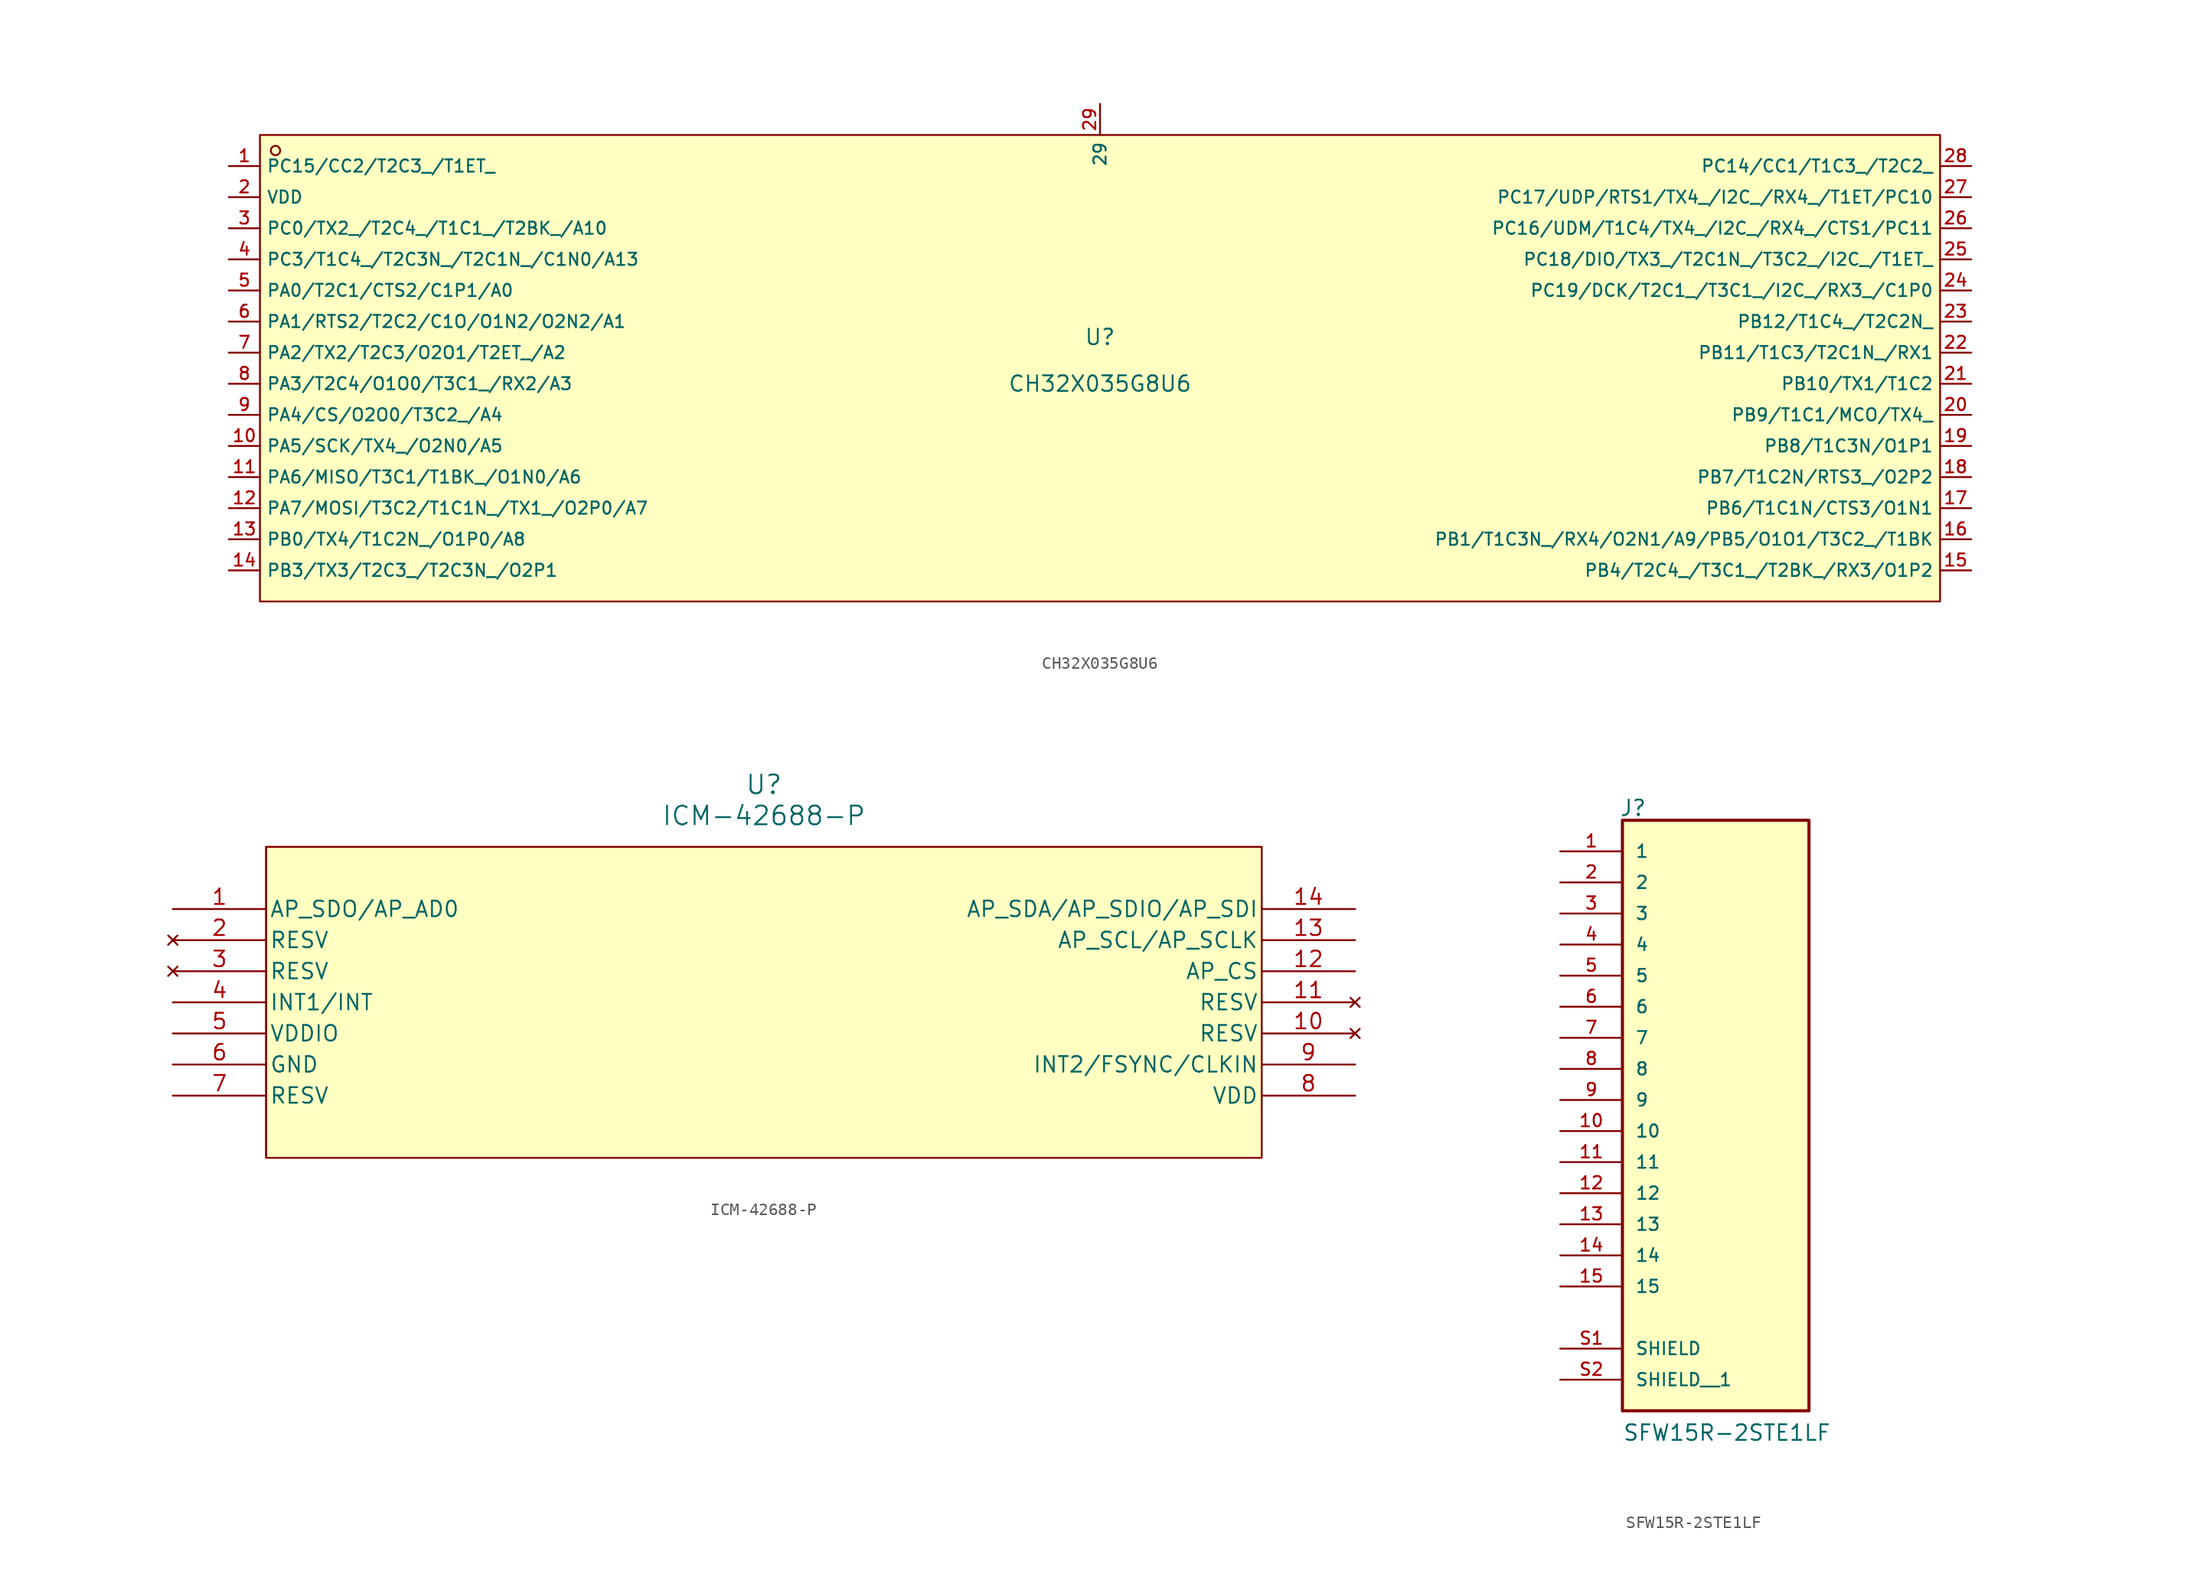
<source format=kicad_sym>
(kicad_symbol_lib
  (version 20231120)
  (generator "kicad_symbol_editor")
  (generator_version "8.0")
  (symbol "CH32X035G8U6"
    (property "Reference" "U"
      (at 0 1.27 0)
      (effects (font (size 1.27 1.27))))
    (property "Value" "CH32X035G8U6"
      (at 0 -2.54 0)
      (effects (font (size 1.27 1.27))))
    (symbol "CH32X035G8U6_0_1"
      (rectangle (start -68.58 17.78) (end 68.58 -20.32) (stroke (width 0) (type default)) (fill (type background)))
      (circle (center -67.31 16.51) (radius 0.381) (stroke (width 0) (type default)) (fill (type background)))
      (pin unspecified line (at -71.12 15.24 0) (length 2.54) (name "PC15/CC2/T2C3_/T1ET_" (effects (font (size 1 1)))) (number "1" (effects (font (size 1 1)))))
      (pin unspecified line (at -71.12 -7.62 0) (length 2.54) (name "PA5/SCK/TX4_/O2N0/A5" (effects (font (size 1 1)))) (number "10" (effects (font (size 1 1)))))
      (pin unspecified line (at -71.12 -10.16 0) (length 2.54) (name "PA6/MISO/T3C1/T1BK_/O1N0/A6" (effects (font (size 1 1)))) (number "11" (effects (font (size 1 1)))))
      (pin unspecified line (at -71.12 -12.7 0) (length 2.54) (name "PA7/MOSI/T3C2/T1C1N_/TX1_/O2P0/A7" (effects (font (size 1 1)))) (number "12" (effects (font (size 1 1)))))
      (pin unspecified line (at -71.12 -15.24 0) (length 2.54) (name "PB0/TX4/T1C2N_/O1P0/A8" (effects (font (size 1 1)))) (number "13" (effects (font (size 1 1)))))
      (pin unspecified line (at -71.12 -17.78 0) (length 2.54) (name "PB3/TX3/T2C3_/T2C3N_/O2P1" (effects (font (size 1 1)))) (number "14" (effects (font (size 1 1)))))
      (pin unspecified line (at 71.12 -17.78 180) (length 2.54) (name "PB4/T2C4_/T3C1_/T2BK_/RX3/O1P2" (effects (font (size 1 1)))) (number "15" (effects (font (size 1 1)))))
      (pin unspecified line (at 71.12 -15.24 180) (length 2.54) (name "PB1/T1C3N_/RX4/O2N1/A9/PB5/O1O1/T3C2_/T1BK" (effects (font (size 1 1)))) (number "16" (effects (font (size 1 1)))))
      (pin unspecified line (at 71.12 -12.7 180) (length 2.54) (name "PB6/T1C1N/CTS3/O1N1" (effects (font (size 1 1)))) (number "17" (effects (font (size 1 1)))))
      (pin unspecified line (at 71.12 -10.16 180) (length 2.54) (name "PB7/T1C2N/RTS3_/O2P2" (effects (font (size 1 1)))) (number "18" (effects (font (size 1 1)))))
      (pin unspecified line (at 71.12 -7.62 180) (length 2.54) (name "PB8/T1C3N/O1P1" (effects (font (size 1 1)))) (number "19" (effects (font (size 1 1)))))
      (pin unspecified line (at -71.12 12.7 0) (length 2.54) (name "VDD" (effects (font (size 1 1)))) (number "2" (effects (font (size 1 1)))))
      (pin unspecified line (at 71.12 -5.08 180) (length 2.54) (name "PB9/T1C1/MCO/TX4_" (effects (font (size 1 1)))) (number "20" (effects (font (size 1 1)))))
      (pin unspecified line (at 71.12 -2.54 180) (length 2.54) (name "PB10/TX1/T1C2" (effects (font (size 1 1)))) (number "21" (effects (font (size 1 1)))))
      (pin unspecified line (at 71.12 0 180) (length 2.54) (name "PB11/T1C3/T2C1N_/RX1" (effects (font (size 1 1)))) (number "22" (effects (font (size 1 1)))))
      (pin unspecified line (at 71.12 2.54 180) (length 2.54) (name "PB12/T1C4_/T2C2N_" (effects (font (size 1 1)))) (number "23" (effects (font (size 1 1)))))
      (pin unspecified line (at 71.12 5.08 180) (length 2.54) (name "PC19/DCK/T2C1_/T3C1_/I2C_/RX3_/C1P0" (effects (font (size 1 1)))) (number "24" (effects (font (size 1 1)))))
      (pin unspecified line (at 71.12 7.62 180) (length 2.54) (name "PC18/DIO/TX3_/T2C1N_/T3C2_/I2C_/T1ET_" (effects (font (size 1 1)))) (number "25" (effects (font (size 1 1)))))
      (pin unspecified line (at 71.12 10.16 180) (length 2.54) (name "PC16/UDM/T1C4/TX4_/I2C_/RX4_/CTS1/PC11" (effects (font (size 1 1)))) (number "26" (effects (font (size 1 1)))))
      (pin unspecified line (at 71.12 12.7 180) (length 2.54) (name "PC17/UDP/RTS1/TX4_/I2C_/RX4_/T1ET/PC10" (effects (font (size 1 1)))) (number "27" (effects (font (size 1 1)))))
      (pin unspecified line (at 71.12 15.24 180) (length 2.54) (name "PC14/CC1/T1C3_/T2C2_" (effects (font (size 1 1)))) (number "28" (effects (font (size 1 1)))))
      (pin unspecified line (at 0 20.32 270) (length 2.54) (name "29" (effects (font (size 1 1)))) (number "29" (effects (font (size 1 1)))))
      (pin unspecified line (at -71.12 10.16 0) (length 2.54) (name "PC0/TX2_/T2C4_/T1C1_/T2BK_/A10" (effects (font (size 1 1)))) (number "3" (effects (font (size 1 1)))))
      (pin unspecified line (at -71.12 7.62 0) (length 2.54) (name "PC3/T1C4_/T2C3N_/T2C1N_/C1N0/A13" (effects (font (size 1 1)))) (number "4" (effects (font (size 1 1)))))
      (pin unspecified line (at -71.12 5.08 0) (length 2.54) (name "PA0/T2C1/CTS2/C1P1/A0" (effects (font (size 1 1)))) (number "5" (effects (font (size 1 1)))))
      (pin unspecified line (at -71.12 2.54 0) (length 2.54) (name "PA1/RTS2/T2C2/C1O/O1N2/O2N2/A1" (effects (font (size 1 1)))) (number "6" (effects (font (size 1 1)))))
      (pin unspecified line (at -71.12 0 0) (length 2.54) (name "PA2/TX2/T2C3/O2O1/T2ET_/A2" (effects (font (size 1 1)))) (number "7" (effects (font (size 1 1)))))
      (pin unspecified line (at -71.12 -2.54 0) (length 2.54) (name "PA3/T2C4/O1O0/T3C1_/RX2/A3" (effects (font (size 1 1)))) (number "8" (effects (font (size 1 1)))))
      (pin unspecified line (at -71.12 -5.08 0) (length 2.54) (name "PA4/CS/O2O0/T3C2_/A4" (effects (font (size 1 1)))) (number "9" (effects (font (size 1 1)))))))
  (symbol "ICM-42688-P"
    (pin_names
      (offset 0.254))
    (property "Reference" "U"
      (at 48.26 10.16 0)
      (effects (font (size 1.524 1.524))))
    (property "Value" "ICM-42688-P"
      (at 48.26 7.62 0)
      (effects (font (size 1.524 1.524))))
    (symbol "ICM-42688-P_0_1"
      (polyline (pts (xy 7.62 5.08) (xy 7.62 -20.32)) (stroke (width 0.127) (type default)) (fill (type none)))
      (polyline (pts (xy 7.62 5.08) (xy 7.62 -20.32)) (stroke (width 0.127) (type default)) (fill (type none)))
      (pin bidirectional line (at 0 0 0) (length 7.62) (name "AP_SDO/AP_AD0" (effects (font (size 1.27 1.27)))) (number "1" (effects (font (size 1.27 1.27)))))
      (pin no_connect line (at 96.52 -10.16 180) (length 7.62) (name "RESV" (effects (font (size 1.27 1.27)))) (number "10" (effects (font (size 1.27 1.27)))))
      (pin no_connect line (at 96.52 -7.62 180) (length 7.62) (name "RESV" (effects (font (size 1.27 1.27)))) (number "11" (effects (font (size 1.27 1.27)))))
      (pin unspecified line (at 96.52 -5.08 180) (length 7.62) (name "AP_CS" (effects (font (size 1.27 1.27)))) (number "12" (effects (font (size 1.27 1.27)))))
      (pin unspecified line (at 96.52 -2.54 180) (length 7.62) (name "AP_SCL/AP_SCLK" (effects (font (size 1.27 1.27)))) (number "13" (effects (font (size 1.27 1.27)))))
      (pin unspecified line (at 96.52 0 180) (length 7.62) (name "AP_SDA/AP_SDIO/AP_SDI" (effects (font (size 1.27 1.27)))) (number "14" (effects (font (size 1.27 1.27)))))
      (pin no_connect line (at 0 -2.54 0) (length 7.62) (name "RESV" (effects (font (size 1.27 1.27)))) (number "2" (effects (font (size 1.27 1.27)))))
      (pin no_connect line (at 0 -5.08 0) (length 7.62) (name "RESV" (effects (font (size 1.27 1.27)))) (number "3" (effects (font (size 1.27 1.27)))))
      (pin bidirectional line (at 0 -7.62 0) (length 7.62) (name "INT1/INT" (effects (font (size 1.27 1.27)))) (number "4" (effects (font (size 1.27 1.27)))))
      (pin power_in line (at 0 -10.16 0) (length 7.62) (name "VDDIO" (effects (font (size 1.27 1.27)))) (number "5" (effects (font (size 1.27 1.27)))))
      (pin power_out line (at 0 -12.7 0) (length 7.62) (name "GND" (effects (font (size 1.27 1.27)))) (number "6" (effects (font (size 1.27 1.27)))))
      (pin power_in line (at 96.52 -15.24 180) (length 7.62) (name "VDD" (effects (font (size 1.27 1.27)))) (number "8" (effects (font (size 1.27 1.27)))))
      (pin bidirectional line (at 96.52 -12.7 180) (length 7.62) (name "INT2/FSYNC/CLKIN" (effects (font (size 1.27 1.27)))) (number "9" (effects (font (size 1.27 1.27))))))
    (symbol "ICM-42688-P_1_1"
      (rectangle (start 7.62 5.08) (end 88.9 -20.32) (stroke (width 0) (type default)) (fill (type background)))
      (pin unspecified line (at 0 -15.24 0) (length 7.62) (name "RESV" (effects (font (size 1.27 1.27)))) (number "7" (effects (font (size 1.27 1.27)))))))
  (symbol "SFW15R-2STE1LF"
    (pin_names
      (offset 1.016))
    (property "Reference" "J"
      (at -7.874 23.114 0)
      (effects (font (size 1.27 1.27)) (justify left bottom)))
    (property "Value" "SFW15R-2STE1LF"
      (at -7.62 -27.94 0)
      (effects (font (size 1.27 1.27)) (justify left bottom)))
    (symbol "SFW15R-2STE1LF_0_0"
      (rectangle (start -7.62 22.86) (end 7.62 -25.4) (stroke (width 0.254) (type default)) (fill (type background)))
      (pin passive line (at -12.7 20.32 0) (length 5.08) (name "1" (effects (font (size 1.016 1.016)))) (number "1" (effects (font (size 1.016 1.016)))))
      (pin passive line (at -12.7 -2.54 0) (length 5.08) (name "10" (effects (font (size 1.016 1.016)))) (number "10" (effects (font (size 1.016 1.016)))))
      (pin passive line (at -12.7 -5.08 0) (length 5.08) (name "11" (effects (font (size 1.016 1.016)))) (number "11" (effects (font (size 1.016 1.016)))))
      (pin passive line (at -12.7 -7.62 0) (length 5.08) (name "12" (effects (font (size 1.016 1.016)))) (number "12" (effects (font (size 1.016 1.016)))))
      (pin passive line (at -12.7 -10.16 0) (length 5.08) (name "13" (effects (font (size 1.016 1.016)))) (number "13" (effects (font (size 1.016 1.016)))))
      (pin passive line (at -12.7 -12.7 0) (length 5.08) (name "14" (effects (font (size 1.016 1.016)))) (number "14" (effects (font (size 1.016 1.016)))))
      (pin passive line (at -12.7 -15.24 0) (length 5.08) (name "15" (effects (font (size 1.016 1.016)))) (number "15" (effects (font (size 1.016 1.016)))))
      (pin passive line (at -12.7 17.78 0) (length 5.08) (name "2" (effects (font (size 1.016 1.016)))) (number "2" (effects (font (size 1.016 1.016)))))
      (pin passive line (at -12.7 15.24 0) (length 5.08) (name "3" (effects (font (size 1.016 1.016)))) (number "3" (effects (font (size 1.016 1.016)))))
      (pin passive line (at -12.7 12.7 0) (length 5.08) (name "4" (effects (font (size 1.016 1.016)))) (number "4" (effects (font (size 1.016 1.016)))))
      (pin passive line (at -12.7 10.16 0) (length 5.08) (name "5" (effects (font (size 1.016 1.016)))) (number "5" (effects (font (size 1.016 1.016)))))
      (pin passive line (at -12.7 7.62 0) (length 5.08) (name "6" (effects (font (size 1.016 1.016)))) (number "6" (effects (font (size 1.016 1.016)))))
      (pin passive line (at -12.7 5.08 0) (length 5.08) (name "7" (effects (font (size 1.016 1.016)))) (number "7" (effects (font (size 1.016 1.016)))))
      (pin passive line (at -12.7 2.54 0) (length 5.08) (name "8" (effects (font (size 1.016 1.016)))) (number "8" (effects (font (size 1.016 1.016)))))
      (pin passive line (at -12.7 0 0) (length 5.08) (name "9" (effects (font (size 1.016 1.016)))) (number "9" (effects (font (size 1.016 1.016)))))
      (pin passive line (at -12.7 -20.32 0) (length 5.08) (name "SHIELD" (effects (font (size 1.016 1.016)))) (number "S1" (effects (font (size 1.016 1.016)))))
      (pin passive line (at -12.7 -22.86 0) (length 5.08) (name "SHIELD__1" (effects (font (size 1.016 1.016)))) (number "S2" (effects (font (size 1.016 1.016))))))))
</source>
